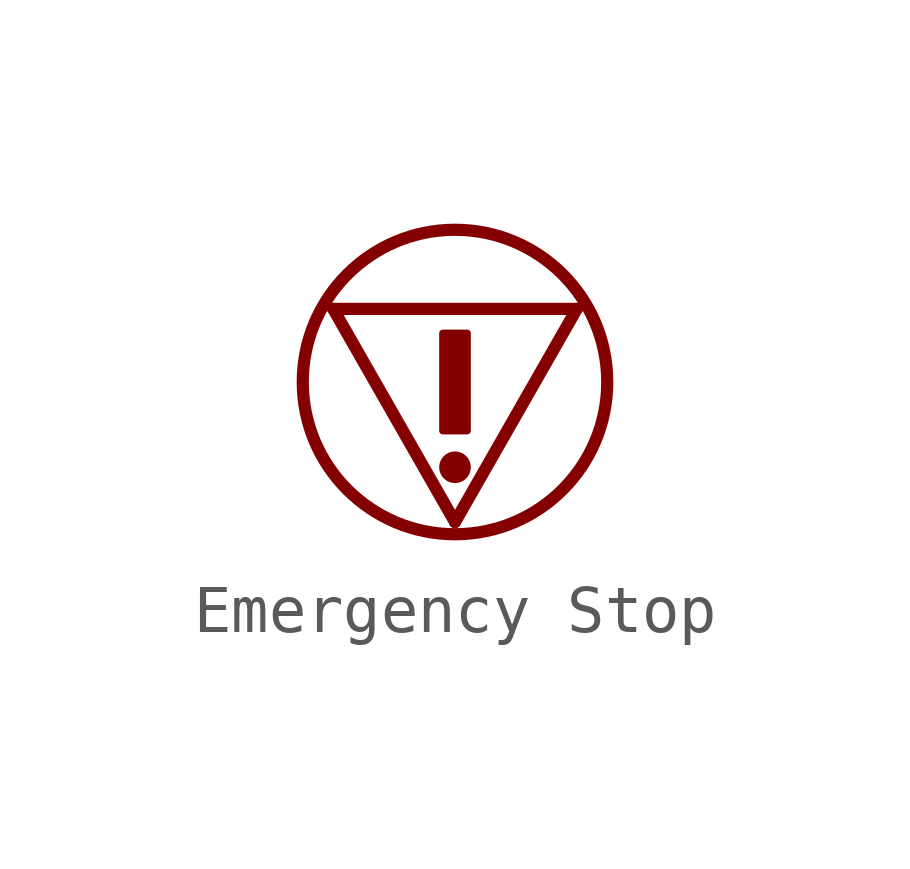
<source format=kicad_sym>
(kicad_symbol_lib
  (version 20241209)
  (generator "kicad_symbol_editor")
  (generator_version "9.0")
  (symbol "Emergency Stop"
    (pin_numbers
      (hide yes))
    (pin_names
      (offset 0)
      (hide yes))
    (property "Reference" "EG"
      (at 0 5.08 0)
      (effects (font (size 1.27 1.27)) (hide yes)))
    (symbol "Emergency Stop_1_0"
      (polyline (pts (xy -2.54 1.524) (xy 2.54 1.524)) (stroke (width 0.254) (type solid)) (fill (type none)))
      (rectangle (start -0.254 1.016) (end 0.254 -1.016) (stroke (width 0) (type default)) (fill (type outline)))
      (circle (center 0 0) (radius 3.175) (stroke (width 0.254) (type solid)) (fill (type none)))
      (circle (center 0 -1.778) (radius 0.254) (stroke (width 0) (type default)) (fill (type outline)))
      (polyline (pts (xy 0 -2.921) (xy -2.54 1.524)) (stroke (width 0.254) (type solid)) (fill (type none)))
      (polyline (pts (xy 2.54 1.524) (xy 0 -2.921)) (stroke (width 0.254) (type solid)) (fill (type none))))))
</source>
